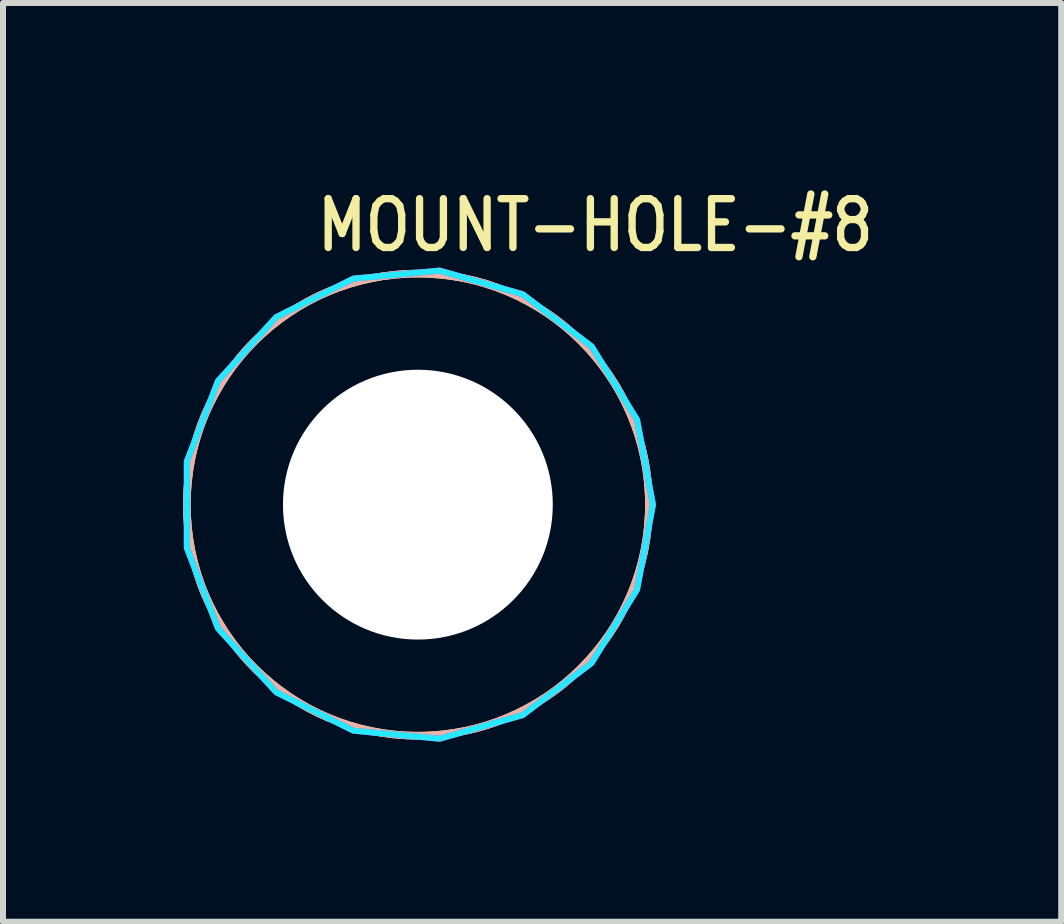
<source format=kicad_pcb>
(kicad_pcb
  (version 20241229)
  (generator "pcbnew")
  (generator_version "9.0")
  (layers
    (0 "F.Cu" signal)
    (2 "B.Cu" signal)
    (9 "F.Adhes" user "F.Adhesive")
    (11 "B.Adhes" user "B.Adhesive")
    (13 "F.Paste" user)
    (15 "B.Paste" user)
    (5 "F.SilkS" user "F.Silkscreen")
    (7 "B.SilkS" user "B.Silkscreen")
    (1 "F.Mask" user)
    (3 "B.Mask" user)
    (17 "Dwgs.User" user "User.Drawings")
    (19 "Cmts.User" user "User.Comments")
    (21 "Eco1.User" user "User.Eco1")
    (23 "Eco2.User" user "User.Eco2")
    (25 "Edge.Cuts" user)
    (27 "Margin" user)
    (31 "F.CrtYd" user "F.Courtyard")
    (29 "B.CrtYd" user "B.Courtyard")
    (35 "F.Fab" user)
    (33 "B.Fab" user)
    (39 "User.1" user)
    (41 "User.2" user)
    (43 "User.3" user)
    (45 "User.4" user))
  (footprint "MOUNT-HOLE-#8"
    (layer "F.Cu")
    (at 3.913 5.359)
    (property "Reference" "MOUNT-HOLE-#8" (at -1.74 -4.18 0) (unlocked yes) (layer "F.SilkS") (effects (font (size 0.813 0.695) (thickness 0.122)) (justify left bottom)))
    (fp_circle (center 0 0) (end 3.683 0) (stroke (width 0) (type solid)) (fill yes) (layer "F.Mask"))
    (fp_circle (center 0 0) (end 3.85 0) (stroke (width 0) (type solid)) (fill yes) (layer "F.Mask"))
    (fp_circle (center 0 0) (end 3.85 0) (stroke (width 0) (type solid)) (fill yes) (layer "F.Mask"))
    (fp_circle (center 0 0) (end 3.683 0) (stroke (width 0) (type solid)) (fill yes) (layer "B.Mask"))
    (fp_circle (center 0 0) (end 3.85 0) (stroke (width 0) (type solid)) (fill yes) (layer "B.Mask"))
    (fp_circle (center 0 0) (end 3.85 0) (stroke (width 0.127) (type solid)) (fill no) (layer "F.SilkS"))
    (fp_circle (center 0 0) (end 3.85 0) (stroke (width 0.127) (type solid)) (fill no) (layer "B.SilkS"))
    (fp_poly (pts (xy 3.917 0) (xy 3.652 -1.415) (xy 2.894 -2.639) (xy 1.746 -3.506) (xy 0.361 -3.9) (xy -1.072 -3.767) (xy -2.36 -3.126) (xy -3.33 -2.062) (xy -3.85 -0.72) (xy -3.85 0.72) (xy -3.33 2.062) (xy -2.36 3.126) (xy -1.072 3.767) (xy 0.361 3.9) (xy 1.746 3.506) (xy 2.894 2.639) (xy 3.652 1.415)) (stroke (width 0.1) (type solid)) (fill no) (layer "B.CrtYd"))
    (fp_poly (pts (xy 3.917 0) (xy 3.652 -1.415) (xy 2.894 -2.639) (xy 1.746 -3.506) (xy 0.361 -3.9) (xy -1.072 -3.767) (xy -2.36 -3.126) (xy -3.33 -2.062) (xy -3.85 -0.72) (xy -3.85 0.72) (xy -3.33 2.062) (xy -2.36 3.126) (xy -1.072 3.767) (xy 0.361 3.9) (xy 1.746 3.506) (xy 2.894 2.639) (xy 3.652 1.415)) (stroke (width 0.1) (type solid)) (fill no) (layer "F.CrtYd"))
    (pad "" np_thru_hole circle (at 0 0) (size 4.496 4.496) (drill 4.496) (layers "*.Cu" "*.Mask")))
  (gr_rect
    (start -3 -3)
    (end 14.633 12.309)
    (stroke (width 0.1) (type default))
    (fill no)
    (layer "Edge.Cuts")))
</source>
